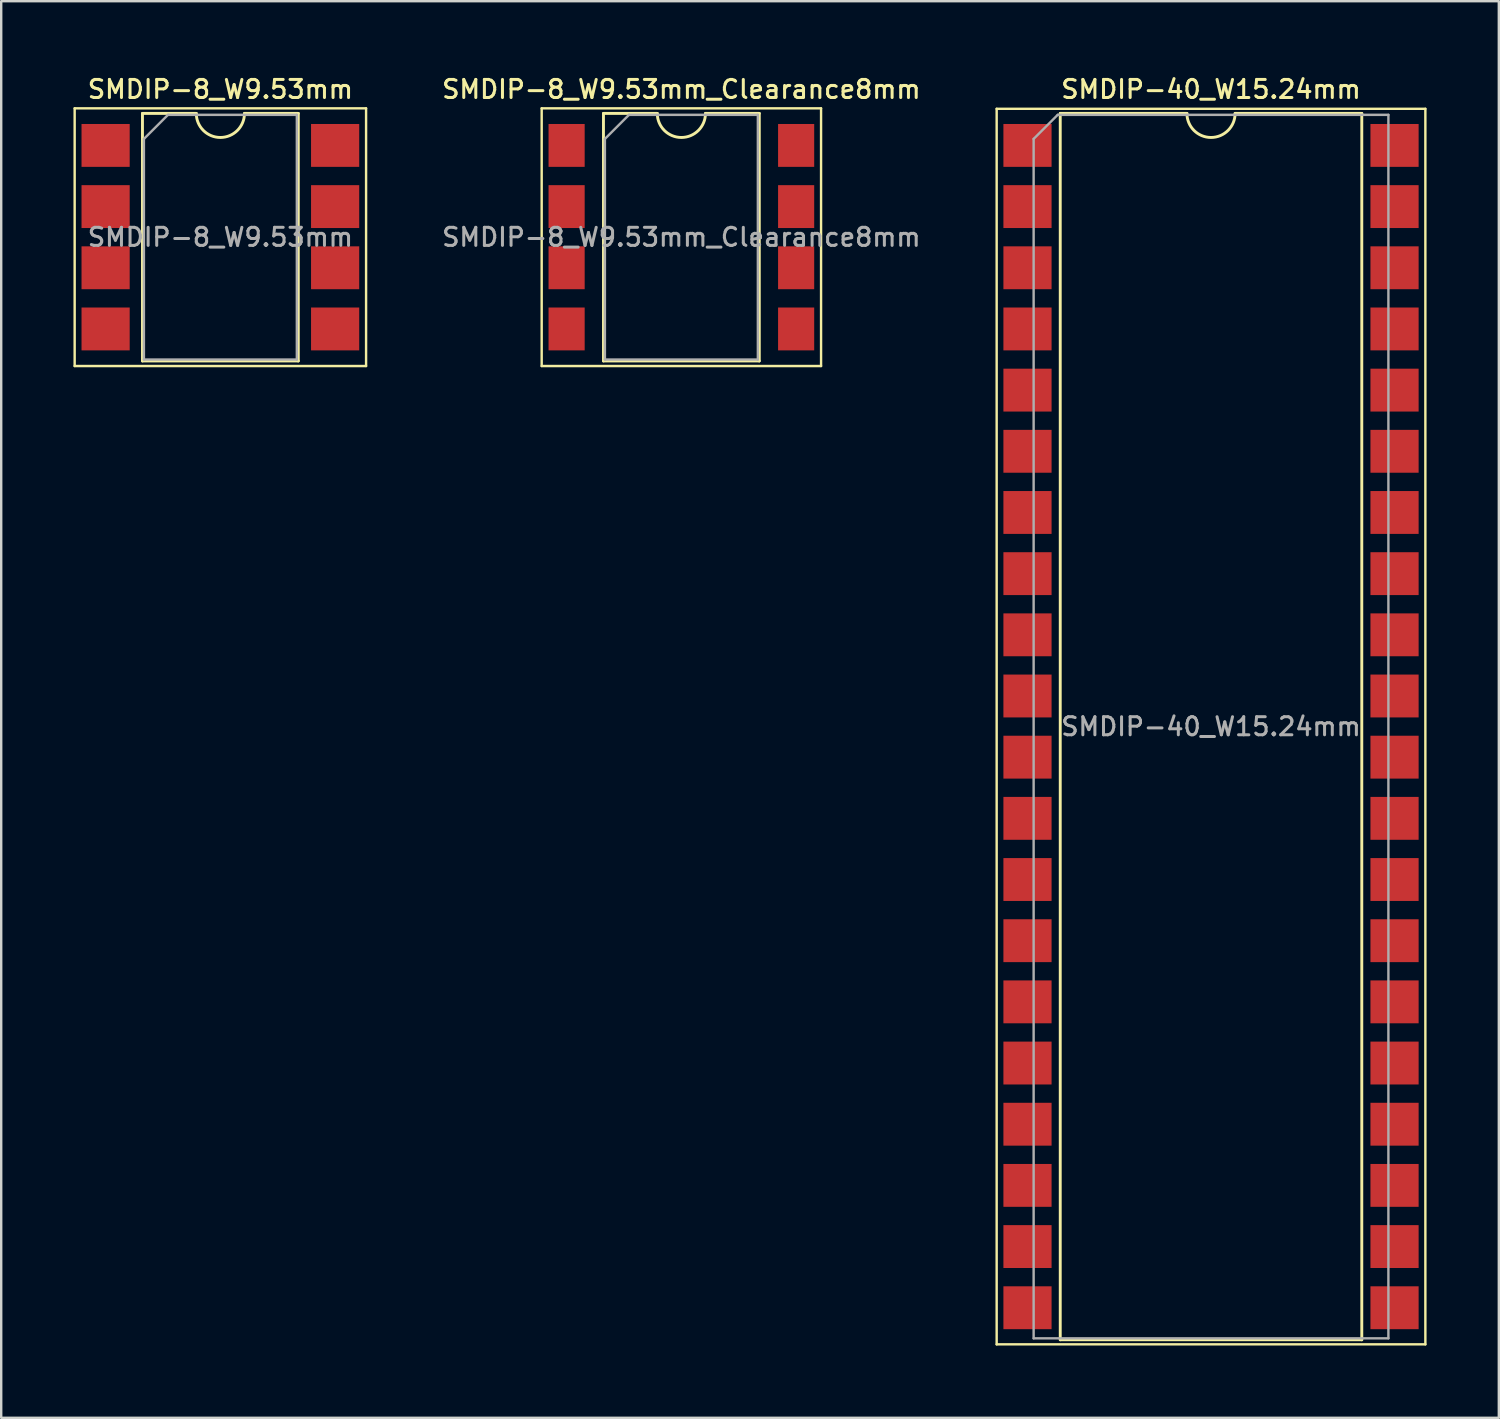
<source format=kicad_pcb>
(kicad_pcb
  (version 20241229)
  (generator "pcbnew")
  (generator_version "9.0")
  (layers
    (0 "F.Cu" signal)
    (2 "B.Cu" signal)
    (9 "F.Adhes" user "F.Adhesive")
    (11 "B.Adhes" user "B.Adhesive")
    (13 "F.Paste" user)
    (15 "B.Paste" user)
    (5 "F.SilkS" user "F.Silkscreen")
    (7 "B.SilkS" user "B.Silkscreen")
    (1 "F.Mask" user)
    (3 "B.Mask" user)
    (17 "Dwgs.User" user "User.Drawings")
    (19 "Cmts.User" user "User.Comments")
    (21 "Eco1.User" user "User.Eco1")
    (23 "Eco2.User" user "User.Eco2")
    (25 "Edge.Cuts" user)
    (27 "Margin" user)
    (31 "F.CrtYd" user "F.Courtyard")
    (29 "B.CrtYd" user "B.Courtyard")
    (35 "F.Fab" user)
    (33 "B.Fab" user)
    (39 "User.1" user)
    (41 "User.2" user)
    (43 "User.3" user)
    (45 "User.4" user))
  (footprint "SMDIP-8_W9.53mm_Clearance8mm"
    (layer "F.Cu")
    (at 25.241 6.798)
    (property "Reference" "SMDIP-8_W9.53mm_Clearance8mm" (at 0 -6.14 0) (layer "F.SilkS") (effects (font (size 0.75 0.75) (thickness 0.125))))
    (attr smd)
    (fp_line (start -5.8 -5.35) (end -5.8 5.35) (stroke (width 0.1) (type solid)) (layer "F.SilkS"))
    (fp_line (start -5.8 5.35) (end 5.8 5.35) (stroke (width 0.1) (type solid)) (layer "F.SilkS"))
    (fp_line (start -3.235 -5.14) (end -3.235 5.14) (stroke (width 0.12) (type solid)) (layer "F.SilkS"))
    (fp_line (start -3.235 5.14) (end 3.235 5.14) (stroke (width 0.12) (type solid)) (layer "F.SilkS"))
    (fp_line (start -1 -5.14) (end -3.235 -5.14) (stroke (width 0.12) (type solid)) (layer "F.SilkS"))
    (fp_line (start 3.235 -5.14) (end 1 -5.14) (stroke (width 0.12) (type solid)) (layer "F.SilkS"))
    (fp_line (start 3.235 5.14) (end 3.235 -5.14) (stroke (width 0.12) (type solid)) (layer "F.SilkS"))
    (fp_line (start 5.8 -5.35) (end -5.8 -5.35) (stroke (width 0.1) (type solid)) (layer "F.SilkS"))
    (fp_line (start 5.8 5.35) (end 5.8 -5.35) (stroke (width 0.1) (type solid)) (layer "F.SilkS"))
    (fp_arc (start 1 -5.14) (mid 0 -4.14) (end -1 -5.14) (stroke (width 0.12) (type solid)) (layer "F.SilkS"))
    (fp_line (start -3.175 -4.08) (end -2.175 -5.08) (stroke (width 0.1) (type solid)) (layer "F.Fab"))
    (fp_line (start -3.175 5.08) (end -3.175 -4.08) (stroke (width 0.1) (type solid)) (layer "F.Fab"))
    (fp_line (start -2.175 -5.08) (end 3.175 -5.08) (stroke (width 0.1) (type solid)) (layer "F.Fab"))
    (fp_line (start 3.175 -5.08) (end 3.175 5.08) (stroke (width 0.1) (type solid)) (layer "F.Fab"))
    (fp_line (start 3.175 5.08) (end -3.175 5.08) (stroke (width 0.1) (type solid)) (layer "F.Fab"))
    (fp_text user "${REFERENCE}" (at 0 0 0) (layer "F.Fab") (effects (font (size 0.75 0.75) (thickness 0.125))))
    (pad "1" smd rect (at -4.765 -3.81) (size 1.5 1.78) (layers "F.Cu" "F.Mask" "F.Paste"))
    (pad "2" smd rect (at -4.765 -1.27) (size 1.5 1.78) (layers "F.Cu" "F.Mask" "F.Paste"))
    (pad "3" smd rect (at -4.765 1.27) (size 1.5 1.78) (layers "F.Cu" "F.Mask" "F.Paste"))
    (pad "4" smd rect (at -4.765 3.81) (size 1.5 1.78) (layers "F.Cu" "F.Mask" "F.Paste"))
    (pad "5" smd rect (at 4.765 3.81) (size 1.5 1.78) (layers "F.Cu" "F.Mask" "F.Paste"))
    (pad "6" smd rect (at 4.765 1.27) (size 1.5 1.78) (layers "F.Cu" "F.Mask" "F.Paste"))
    (pad "7" smd rect (at 4.765 -1.27) (size 1.5 1.78) (layers "F.Cu" "F.Mask" "F.Paste"))
    (pad "8" smd rect (at 4.765 -3.81) (size 1.5 1.78) (layers "F.Cu" "F.Mask" "F.Paste")))
  (footprint "SMDIP-40_W15.24mm"
    (layer "F.Cu")
    (at 47.232 27.118)
    (property "Reference" "SMDIP-40_W15.24mm" (at 0 -26.46 0) (layer "F.SilkS") (effects (font (size 0.75 0.75) (thickness 0.125))))
    (attr smd)
    (fp_line (start -8.9 -25.65) (end -8.9 25.65) (stroke (width 0.1) (type solid)) (layer "F.SilkS"))
    (fp_line (start -8.9 25.65) (end 8.9 25.65) (stroke (width 0.1) (type solid)) (layer "F.SilkS"))
    (fp_line (start -6.26 -25.46) (end -6.26 25.46) (stroke (width 0.12) (type solid)) (layer "F.SilkS"))
    (fp_line (start -6.26 25.46) (end 6.26 25.46) (stroke (width 0.12) (type solid)) (layer "F.SilkS"))
    (fp_line (start -1 -25.46) (end -6.26 -25.46) (stroke (width 0.12) (type solid)) (layer "F.SilkS"))
    (fp_line (start 6.26 -25.46) (end 1 -25.46) (stroke (width 0.12) (type solid)) (layer "F.SilkS"))
    (fp_line (start 6.26 25.46) (end 6.26 -25.46) (stroke (width 0.12) (type solid)) (layer "F.SilkS"))
    (fp_line (start 8.9 -25.65) (end -8.9 -25.65) (stroke (width 0.1) (type solid)) (layer "F.SilkS"))
    (fp_line (start 8.9 25.65) (end 8.9 -25.65) (stroke (width 0.1) (type solid)) (layer "F.SilkS"))
    (fp_arc (start 1 -25.46) (mid 0 -24.46) (end -1 -25.46) (stroke (width 0.12) (type solid)) (layer "F.SilkS"))
    (fp_line (start -7.365 -24.4) (end -6.365 -25.4) (stroke (width 0.1) (type solid)) (layer "F.Fab"))
    (fp_line (start -7.365 25.4) (end -7.365 -24.4) (stroke (width 0.1) (type solid)) (layer "F.Fab"))
    (fp_line (start -6.365 -25.4) (end 7.365 -25.4) (stroke (width 0.1) (type solid)) (layer "F.Fab"))
    (fp_line (start 7.365 -25.4) (end 7.365 25.4) (stroke (width 0.1) (type solid)) (layer "F.Fab"))
    (fp_line (start 7.365 25.4) (end -7.365 25.4) (stroke (width 0.1) (type solid)) (layer "F.Fab"))
    (fp_text user "${REFERENCE}" (at 0 0 0) (layer "F.Fab") (effects (font (size 0.75 0.75) (thickness 0.125))))
    (pad "1" smd rect (at -7.62 -24.13) (size 2 1.78) (layers "F.Cu" "F.Mask" "F.Paste"))
    (pad "2" smd rect (at -7.62 -21.59) (size 2 1.78) (layers "F.Cu" "F.Mask" "F.Paste"))
    (pad "3" smd rect (at -7.62 -19.05) (size 2 1.78) (layers "F.Cu" "F.Mask" "F.Paste"))
    (pad "4" smd rect (at -7.62 -16.51) (size 2 1.78) (layers "F.Cu" "F.Mask" "F.Paste"))
    (pad "5" smd rect (at -7.62 -13.97) (size 2 1.78) (layers "F.Cu" "F.Mask" "F.Paste"))
    (pad "6" smd rect (at -7.62 -11.43) (size 2 1.78) (layers "F.Cu" "F.Mask" "F.Paste"))
    (pad "7" smd rect (at -7.62 -8.89) (size 2 1.78) (layers "F.Cu" "F.Mask" "F.Paste"))
    (pad "8" smd rect (at -7.62 -6.35) (size 2 1.78) (layers "F.Cu" "F.Mask" "F.Paste"))
    (pad "9" smd rect (at -7.62 -3.81) (size 2 1.78) (layers "F.Cu" "F.Mask" "F.Paste"))
    (pad "10" smd rect (at -7.62 -1.27) (size 2 1.78) (layers "F.Cu" "F.Mask" "F.Paste"))
    (pad "11" smd rect (at -7.62 1.27) (size 2 1.78) (layers "F.Cu" "F.Mask" "F.Paste"))
    (pad "12" smd rect (at -7.62 3.81) (size 2 1.78) (layers "F.Cu" "F.Mask" "F.Paste"))
    (pad "13" smd rect (at -7.62 6.35) (size 2 1.78) (layers "F.Cu" "F.Mask" "F.Paste"))
    (pad "14" smd rect (at -7.62 8.89) (size 2 1.78) (layers "F.Cu" "F.Mask" "F.Paste"))
    (pad "15" smd rect (at -7.62 11.43) (size 2 1.78) (layers "F.Cu" "F.Mask" "F.Paste"))
    (pad "16" smd rect (at -7.62 13.97) (size 2 1.78) (layers "F.Cu" "F.Mask" "F.Paste"))
    (pad "17" smd rect (at -7.62 16.51) (size 2 1.78) (layers "F.Cu" "F.Mask" "F.Paste"))
    (pad "18" smd rect (at -7.62 19.05) (size 2 1.78) (layers "F.Cu" "F.Mask" "F.Paste"))
    (pad "19" smd rect (at -7.62 21.59) (size 2 1.78) (layers "F.Cu" "F.Mask" "F.Paste"))
    (pad "20" smd rect (at -7.62 24.13) (size 2 1.78) (layers "F.Cu" "F.Mask" "F.Paste"))
    (pad "21" smd rect (at 7.62 24.13) (size 2 1.78) (layers "F.Cu" "F.Mask" "F.Paste"))
    (pad "22" smd rect (at 7.62 21.59) (size 2 1.78) (layers "F.Cu" "F.Mask" "F.Paste"))
    (pad "23" smd rect (at 7.62 19.05) (size 2 1.78) (layers "F.Cu" "F.Mask" "F.Paste"))
    (pad "24" smd rect (at 7.62 16.51) (size 2 1.78) (layers "F.Cu" "F.Mask" "F.Paste"))
    (pad "25" smd rect (at 7.62 13.97) (size 2 1.78) (layers "F.Cu" "F.Mask" "F.Paste"))
    (pad "26" smd rect (at 7.62 11.43) (size 2 1.78) (layers "F.Cu" "F.Mask" "F.Paste"))
    (pad "27" smd rect (at 7.62 8.89) (size 2 1.78) (layers "F.Cu" "F.Mask" "F.Paste"))
    (pad "28" smd rect (at 7.62 6.35) (size 2 1.78) (layers "F.Cu" "F.Mask" "F.Paste"))
    (pad "29" smd rect (at 7.62 3.81) (size 2 1.78) (layers "F.Cu" "F.Mask" "F.Paste"))
    (pad "30" smd rect (at 7.62 1.27) (size 2 1.78) (layers "F.Cu" "F.Mask" "F.Paste"))
    (pad "31" smd rect (at 7.62 -1.27) (size 2 1.78) (layers "F.Cu" "F.Mask" "F.Paste"))
    (pad "32" smd rect (at 7.62 -3.81) (size 2 1.78) (layers "F.Cu" "F.Mask" "F.Paste"))
    (pad "33" smd rect (at 7.62 -6.35) (size 2 1.78) (layers "F.Cu" "F.Mask" "F.Paste"))
    (pad "34" smd rect (at 7.62 -8.89) (size 2 1.78) (layers "F.Cu" "F.Mask" "F.Paste"))
    (pad "35" smd rect (at 7.62 -11.43) (size 2 1.78) (layers "F.Cu" "F.Mask" "F.Paste"))
    (pad "36" smd rect (at 7.62 -13.97) (size 2 1.78) (layers "F.Cu" "F.Mask" "F.Paste"))
    (pad "37" smd rect (at 7.62 -16.51) (size 2 1.78) (layers "F.Cu" "F.Mask" "F.Paste"))
    (pad "38" smd rect (at 7.62 -19.05) (size 2 1.78) (layers "F.Cu" "F.Mask" "F.Paste"))
    (pad "39" smd rect (at 7.62 -21.59) (size 2 1.78) (layers "F.Cu" "F.Mask" "F.Paste"))
    (pad "40" smd rect (at 7.62 -24.13) (size 2 1.78) (layers "F.Cu" "F.Mask" "F.Paste")))
  (footprint "SMDIP-8_W9.53mm"
    (layer "F.Cu")
    (at 6.1 6.798)
    (property "Reference" "SMDIP-8_W9.53mm" (at 0 -6.14 0) (layer "F.SilkS") (effects (font (size 0.75 0.75) (thickness 0.125))))
    (attr smd)
    (fp_line (start -6.05 -5.35) (end -6.05 5.35) (stroke (width 0.1) (type solid)) (layer "F.SilkS"))
    (fp_line (start -6.05 5.35) (end 6.05 5.35) (stroke (width 0.1) (type solid)) (layer "F.SilkS"))
    (fp_line (start -3.235 -5.14) (end -3.235 5.14) (stroke (width 0.12) (type solid)) (layer "F.SilkS"))
    (fp_line (start -3.235 5.14) (end 3.235 5.14) (stroke (width 0.12) (type solid)) (layer "F.SilkS"))
    (fp_line (start -1 -5.14) (end -3.235 -5.14) (stroke (width 0.12) (type solid)) (layer "F.SilkS"))
    (fp_line (start 3.235 -5.14) (end 1 -5.14) (stroke (width 0.12) (type solid)) (layer "F.SilkS"))
    (fp_line (start 3.235 5.14) (end 3.235 -5.14) (stroke (width 0.12) (type solid)) (layer "F.SilkS"))
    (fp_line (start 6.05 -5.35) (end -6.05 -5.35) (stroke (width 0.1) (type solid)) (layer "F.SilkS"))
    (fp_line (start 6.05 5.35) (end 6.05 -5.35) (stroke (width 0.1) (type solid)) (layer "F.SilkS"))
    (fp_arc (start 1 -5.14) (mid 0 -4.14) (end -1 -5.14) (stroke (width 0.12) (type solid)) (layer "F.SilkS"))
    (fp_line (start -3.175 -4.08) (end -2.175 -5.08) (stroke (width 0.1) (type solid)) (layer "F.Fab"))
    (fp_line (start -3.175 5.08) (end -3.175 -4.08) (stroke (width 0.1) (type solid)) (layer "F.Fab"))
    (fp_line (start -2.175 -5.08) (end 3.175 -5.08) (stroke (width 0.1) (type solid)) (layer "F.Fab"))
    (fp_line (start 3.175 -5.08) (end 3.175 5.08) (stroke (width 0.1) (type solid)) (layer "F.Fab"))
    (fp_line (start 3.175 5.08) (end -3.175 5.08) (stroke (width 0.1) (type solid)) (layer "F.Fab"))
    (fp_text user "${REFERENCE}" (at 0 0 0) (layer "F.Fab") (effects (font (size 0.75 0.75) (thickness 0.125))))
    (pad "1" smd rect (at -4.765 -3.81) (size 2 1.78) (layers "F.Cu" "F.Mask" "F.Paste"))
    (pad "2" smd rect (at -4.765 -1.27) (size 2 1.78) (layers "F.Cu" "F.Mask" "F.Paste"))
    (pad "3" smd rect (at -4.765 1.27) (size 2 1.78) (layers "F.Cu" "F.Mask" "F.Paste"))
    (pad "4" smd rect (at -4.765 3.81) (size 2 1.78) (layers "F.Cu" "F.Mask" "F.Paste"))
    (pad "5" smd rect (at 4.765 3.81) (size 2 1.78) (layers "F.Cu" "F.Mask" "F.Paste"))
    (pad "6" smd rect (at 4.765 1.27) (size 2 1.78) (layers "F.Cu" "F.Mask" "F.Paste"))
    (pad "7" smd rect (at 4.765 -1.27) (size 2 1.78) (layers "F.Cu" "F.Mask" "F.Paste"))
    (pad "8" smd rect (at 4.765 -3.81) (size 2 1.78) (layers "F.Cu" "F.Mask" "F.Paste")))
  (gr_rect
    (start -3 -3)
    (end 59.182 55.818)
    (stroke (width 0.1) (type default))
    (fill no)
    (layer "Edge.Cuts")))
</source>
